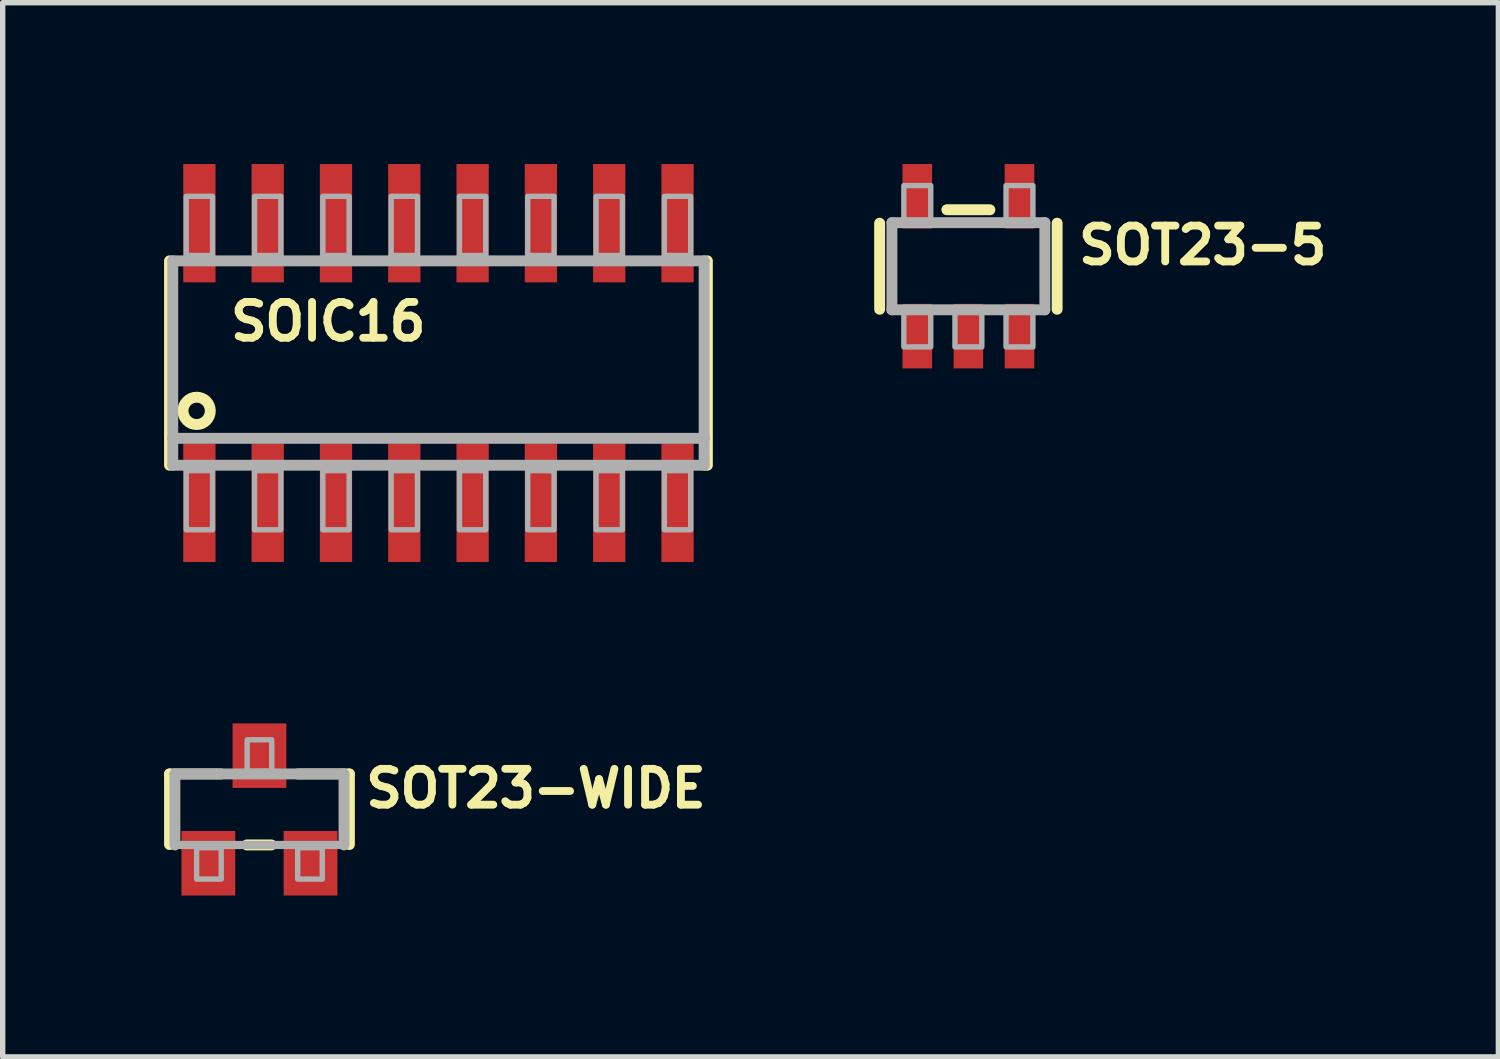
<source format=kicad_pcb>
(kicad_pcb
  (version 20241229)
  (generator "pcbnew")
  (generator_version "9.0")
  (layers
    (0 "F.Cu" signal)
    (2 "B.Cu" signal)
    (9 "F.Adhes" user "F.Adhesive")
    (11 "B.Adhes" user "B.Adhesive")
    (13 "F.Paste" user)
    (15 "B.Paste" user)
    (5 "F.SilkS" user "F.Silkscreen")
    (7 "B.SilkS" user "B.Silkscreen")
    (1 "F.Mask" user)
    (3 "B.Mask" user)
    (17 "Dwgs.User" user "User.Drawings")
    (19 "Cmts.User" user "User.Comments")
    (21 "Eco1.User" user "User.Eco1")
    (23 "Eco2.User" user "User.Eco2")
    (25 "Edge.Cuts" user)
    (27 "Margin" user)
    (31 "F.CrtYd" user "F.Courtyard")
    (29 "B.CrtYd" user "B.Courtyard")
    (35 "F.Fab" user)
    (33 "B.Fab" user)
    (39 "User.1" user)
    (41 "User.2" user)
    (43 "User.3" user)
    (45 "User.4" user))
  (footprint "SOT23-WIDE"
    (layer "F.Cu")
    (at 1.774 12)
    (property "Reference" "SOT23-WIDE" (at 1.905 0 0) (layer "F.SilkS") (effects (font (size 0.666 0.666) (thickness 0.146)) (justify left bottom)))
    (fp_line (start -1.672 -0.66) (end -0.714 -0.66) (stroke (width 0.203) (type solid)) (layer "F.SilkS"))
    (fp_line (start -1.672 0.652) (end -1.672 -0.66) (stroke (width 0.203) (type solid)) (layer "F.SilkS"))
    (fp_line (start 0.222 0.66) (end -0.236 0.66) (stroke (width 0.203) (type solid)) (layer "F.SilkS"))
    (fp_line (start 0.714 -0.66) (end 1.672 -0.66) (stroke (width 0.203) (type solid)) (layer "F.SilkS"))
    (fp_line (start 1.672 -0.66) (end 1.672 0.652) (stroke (width 0.203) (type solid)) (layer "F.SilkS"))
    (fp_line (start -1.572 -0.66) (end 1.572 -0.66) (stroke (width 0.203) (type solid)) (layer "F.Fab"))
    (fp_line (start -1.572 0.66) (end -1.572 -0.66) (stroke (width 0.203) (type solid)) (layer "F.Fab"))
    (fp_line (start 1.572 -0.66) (end 1.572 0.66) (stroke (width 0.203) (type solid)) (layer "F.Fab"))
    (fp_line (start 1.572 0.66) (end -1.572 0.66) (stroke (width 0.152) (type solid)) (layer "F.Fab"))
    (fp_poly (pts (xy -1.168 1.295) (xy -0.711 1.295) (xy -0.711 0.711) (xy -1.168 0.711)) (stroke (width 0.1) (type solid)) (fill no) (layer "F.Fab"))
    (fp_poly (pts (xy -0.229 -0.711) (xy 0.229 -0.711) (xy 0.229 -1.295) (xy -0.229 -1.295)) (stroke (width 0.1) (type solid)) (fill no) (layer "F.Fab"))
    (fp_poly (pts (xy 0.711 1.295) (xy 1.168 1.295) (xy 1.168 0.711) (xy 0.711 0.711)) (stroke (width 0.1) (type solid)) (fill no) (layer "F.Fab"))
    (pad "1" smd rect (at -0.95 1) (size 1 1.2) (layers "F.Cu" "F.Mask" "F.Paste"))
    (pad "2" smd rect (at 0.95 1) (size 1 1.2) (layers "F.Cu" "F.Mask" "F.Paste"))
    (pad "3" smd rect (at 0 -1) (size 1 1.2) (layers "F.Cu" "F.Mask" "F.Paste")))
  (footprint "SOIC16"
    (layer "F.Cu")
    (at 5.102 3.7)
    (property "Reference" "SOIC16" (at -3.937 -0.381 0) (layer "F.SilkS") (effects (font (size 0.666 0.666) (thickness 0.146)) (justify left bottom)))
    (fp_line (start -5 -1.9) (end -5 1.9) (stroke (width 0.203) (type solid)) (layer "F.SilkS"))
    (fp_line (start 5 -1.9) (end 5 1.9) (stroke (width 0.203) (type solid)) (layer "F.SilkS"))
    (fp_circle (center -4.496 0.889) (end -4.242 0.889) (stroke (width 0.203) (type solid)) (fill no) (layer "F.SilkS"))
    (fp_line (start -4.94 -1.9) (end 4.94 -1.9) (stroke (width 0.203) (type solid)) (layer "F.Fab"))
    (fp_line (start -4.94 1.4) (end -4.94 -1.9) (stroke (width 0.203) (type solid)) (layer "F.Fab"))
    (fp_line (start -4.94 1.9) (end -4.94 1.4) (stroke (width 0.203) (type solid)) (layer "F.Fab"))
    (fp_line (start 4.94 -1.9) (end 4.94 1.4) (stroke (width 0.203) (type solid)) (layer "F.Fab"))
    (fp_line (start 4.94 1.4) (end -4.94 1.4) (stroke (width 0.203) (type solid)) (layer "F.Fab"))
    (fp_line (start 4.94 1.4) (end 4.94 1.9) (stroke (width 0.203) (type solid)) (layer "F.Fab"))
    (fp_line (start 4.94 1.9) (end -4.94 1.9) (stroke (width 0.203) (type solid)) (layer "F.Fab"))
    (fp_poly (pts (xy -4.69 -2) (xy -4.2 -2) (xy -4.2 -3.1) (xy -4.69 -3.1)) (stroke (width 0.1) (type solid)) (fill no) (layer "F.Fab"))
    (fp_poly (pts (xy -4.69 3.1) (xy -4.2 3.1) (xy -4.2 2) (xy -4.69 2)) (stroke (width 0.1) (type solid)) (fill no) (layer "F.Fab"))
    (fp_poly (pts (xy -3.42 -2) (xy -2.93 -2) (xy -2.93 -3.1) (xy -3.42 -3.1)) (stroke (width 0.1) (type solid)) (fill no) (layer "F.Fab"))
    (fp_poly (pts (xy -3.42 3.1) (xy -2.93 3.1) (xy -2.93 2) (xy -3.42 2)) (stroke (width 0.1) (type solid)) (fill no) (layer "F.Fab"))
    (fp_poly (pts (xy -2.15 -2) (xy -1.66 -2) (xy -1.66 -3.1) (xy -2.15 -3.1)) (stroke (width 0.1) (type solid)) (fill no) (layer "F.Fab"))
    (fp_poly (pts (xy -2.15 3.1) (xy -1.66 3.1) (xy -1.66 2) (xy -2.15 2)) (stroke (width 0.1) (type solid)) (fill no) (layer "F.Fab"))
    (fp_poly (pts (xy -0.88 -2) (xy -0.39 -2) (xy -0.39 -3.1) (xy -0.88 -3.1)) (stroke (width 0.1) (type solid)) (fill no) (layer "F.Fab"))
    (fp_poly (pts (xy -0.88 3.1) (xy -0.39 3.1) (xy -0.39 2) (xy -0.88 2)) (stroke (width 0.1) (type solid)) (fill no) (layer "F.Fab"))
    (fp_poly (pts (xy 0.39 -2) (xy 0.88 -2) (xy 0.88 -3.1) (xy 0.39 -3.1)) (stroke (width 0.1) (type solid)) (fill no) (layer "F.Fab"))
    (fp_poly (pts (xy 0.39 3.1) (xy 0.88 3.1) (xy 0.88 2) (xy 0.39 2)) (stroke (width 0.1) (type solid)) (fill no) (layer "F.Fab"))
    (fp_poly (pts (xy 1.66 -2) (xy 2.15 -2) (xy 2.15 -3.1) (xy 1.66 -3.1)) (stroke (width 0.1) (type solid)) (fill no) (layer "F.Fab"))
    (fp_poly (pts (xy 1.66 3.1) (xy 2.15 3.1) (xy 2.15 2) (xy 1.66 2)) (stroke (width 0.1) (type solid)) (fill no) (layer "F.Fab"))
    (fp_poly (pts (xy 2.93 -2) (xy 3.42 -2) (xy 3.42 -3.1) (xy 2.93 -3.1)) (stroke (width 0.1) (type solid)) (fill no) (layer "F.Fab"))
    (fp_poly (pts (xy 2.93 3.1) (xy 3.42 3.1) (xy 3.42 2) (xy 2.93 2)) (stroke (width 0.1) (type solid)) (fill no) (layer "F.Fab"))
    (fp_poly (pts (xy 4.2 -2) (xy 4.69 -2) (xy 4.69 -3.1) (xy 4.2 -3.1)) (stroke (width 0.1) (type solid)) (fill no) (layer "F.Fab"))
    (fp_poly (pts (xy 4.2 3.1) (xy 4.69 3.1) (xy 4.69 2) (xy 4.2 2)) (stroke (width 0.1) (type solid)) (fill no) (layer "F.Fab"))
    (pad "1" smd rect (at -4.445 2.6) (size 0.6 2.2) (layers "F.Cu" "F.Mask" "F.Paste"))
    (pad "2" smd rect (at -3.175 2.6) (size 0.6 2.2) (layers "F.Cu" "F.Mask" "F.Paste"))
    (pad "3" smd rect (at -1.905 2.6) (size 0.6 2.2) (layers "F.Cu" "F.Mask" "F.Paste"))
    (pad "4" smd rect (at -0.635 2.6) (size 0.6 2.2) (layers "F.Cu" "F.Mask" "F.Paste"))
    (pad "5" smd rect (at 0.635 2.6) (size 0.6 2.2) (layers "F.Cu" "F.Mask" "F.Paste"))
    (pad "6" smd rect (at 1.905 2.6) (size 0.6 2.2) (layers "F.Cu" "F.Mask" "F.Paste"))
    (pad "7" smd rect (at 3.175 2.6) (size 0.6 2.2) (layers "F.Cu" "F.Mask" "F.Paste"))
    (pad "8" smd rect (at 4.445 2.6) (size 0.6 2.2) (layers "F.Cu" "F.Mask" "F.Paste"))
    (pad "9" smd rect (at 4.445 -2.6) (size 0.6 2.2) (layers "F.Cu" "F.Mask" "F.Paste"))
    (pad "10" smd rect (at 3.175 -2.6) (size 0.6 2.2) (layers "F.Cu" "F.Mask" "F.Paste"))
    (pad "11" smd rect (at 1.905 -2.6) (size 0.6 2.2) (layers "F.Cu" "F.Mask" "F.Paste"))
    (pad "12" smd rect (at 0.635 -2.6) (size 0.6 2.2) (layers "F.Cu" "F.Mask" "F.Paste"))
    (pad "13" smd rect (at -0.635 -2.6) (size 0.6 2.2) (layers "F.Cu" "F.Mask" "F.Paste"))
    (pad "14" smd rect (at -1.905 -2.6) (size 0.6 2.2) (layers "F.Cu" "F.Mask" "F.Paste"))
    (pad "15" smd rect (at -3.175 -2.6) (size 0.6 2.2) (layers "F.Cu" "F.Mask" "F.Paste"))
    (pad "16" smd rect (at -4.445 -2.6) (size 0.6 2.2) (layers "F.Cu" "F.Mask" "F.Paste")))
  (footprint "SOT23-5"
    (layer "F.Cu")
    (at 14.955 1.9)
    (property "Reference" "SOT23-5" (at 1.978 0 0) (layer "F.SilkS") (effects (font (size 0.666 0.666) (thickness 0.146)) (justify left bottom)))
    (fp_line (start -1.65 -0.8) (end -1.65 0.8) (stroke (width 0.203) (type solid)) (layer "F.SilkS"))
    (fp_line (start -0.4 -1.05) (end 0.4 -1.05) (stroke (width 0.203) (type solid)) (layer "F.SilkS"))
    (fp_line (start 1.65 -0.8) (end 1.65 0.8) (stroke (width 0.203) (type solid)) (layer "F.SilkS"))
    (fp_line (start -1.422 -0.81) (end 1.422 -0.81) (stroke (width 0.203) (type solid)) (layer "F.Fab"))
    (fp_line (start -1.422 0.81) (end -1.422 -0.81) (stroke (width 0.203) (type solid)) (layer "F.Fab"))
    (fp_line (start 1.422 -0.81) (end 1.422 0.81) (stroke (width 0.203) (type solid)) (layer "F.Fab"))
    (fp_line (start 1.422 0.81) (end -1.422 0.81) (stroke (width 0.203) (type solid)) (layer "F.Fab"))
    (fp_poly (pts (xy -1.2 -0.85) (xy -0.7 -0.85) (xy -0.7 -1.5) (xy -1.2 -1.5)) (stroke (width 0.1) (type solid)) (fill no) (layer "F.Fab"))
    (fp_poly (pts (xy -1.2 1.5) (xy -0.7 1.5) (xy -0.7 0.85) (xy -1.2 0.85)) (stroke (width 0.1) (type solid)) (fill no) (layer "F.Fab"))
    (fp_poly (pts (xy -0.25 1.5) (xy 0.25 1.5) (xy 0.25 0.85) (xy -0.25 0.85)) (stroke (width 0.1) (type solid)) (fill no) (layer "F.Fab"))
    (fp_poly (pts (xy 0.7 -0.85) (xy 1.2 -0.85) (xy 1.2 -1.5) (xy 0.7 -1.5)) (stroke (width 0.1) (type solid)) (fill no) (layer "F.Fab"))
    (fp_poly (pts (xy 0.7 1.5) (xy 1.2 1.5) (xy 1.2 0.85) (xy 0.7 0.85)) (stroke (width 0.1) (type solid)) (fill no) (layer "F.Fab"))
    (pad "1" smd rect (at -0.95 1.3) (size 0.55 1.2) (layers "F.Cu" "F.Mask" "F.Paste"))
    (pad "2" smd rect (at 0 1.3) (size 0.55 1.2) (layers "F.Cu" "F.Mask" "F.Paste"))
    (pad "3" smd rect (at 0.95 1.3) (size 0.55 1.2) (layers "F.Cu" "F.Mask" "F.Paste"))
    (pad "4" smd rect (at 0.95 -1.3) (size 0.55 1.2) (layers "F.Cu" "F.Mask" "F.Paste"))
    (pad "5" smd rect (at -0.95 -1.3) (size 0.55 1.2) (layers "F.Cu" "F.Mask" "F.Paste")))
  (gr_rect
    (start -3 -3)
    (end 24.809 16.6)
    (stroke (width 0.1) (type default))
    (fill no)
    (layer "Edge.Cuts")))
</source>
